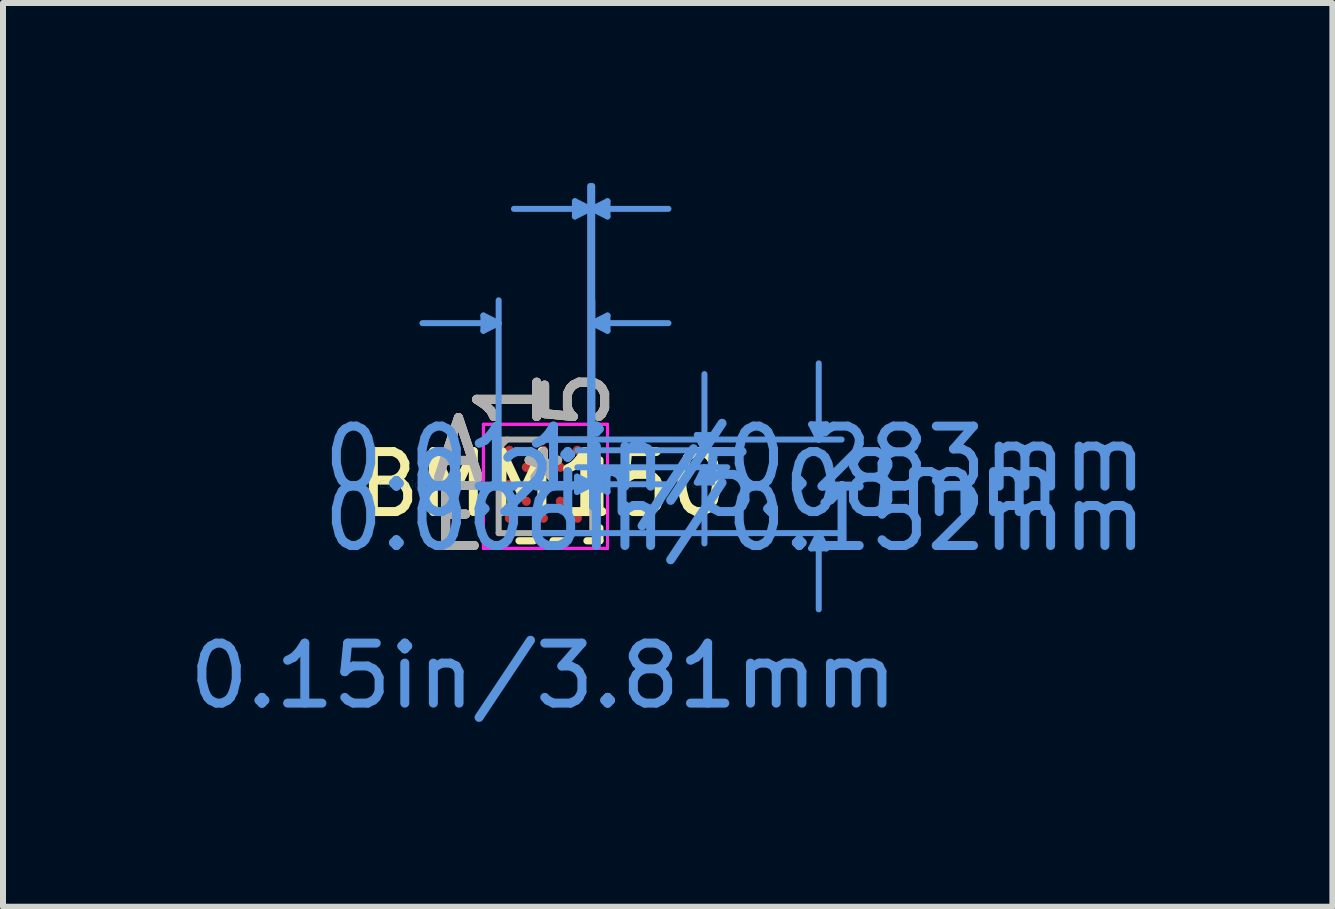
<source format=kicad_pcb>
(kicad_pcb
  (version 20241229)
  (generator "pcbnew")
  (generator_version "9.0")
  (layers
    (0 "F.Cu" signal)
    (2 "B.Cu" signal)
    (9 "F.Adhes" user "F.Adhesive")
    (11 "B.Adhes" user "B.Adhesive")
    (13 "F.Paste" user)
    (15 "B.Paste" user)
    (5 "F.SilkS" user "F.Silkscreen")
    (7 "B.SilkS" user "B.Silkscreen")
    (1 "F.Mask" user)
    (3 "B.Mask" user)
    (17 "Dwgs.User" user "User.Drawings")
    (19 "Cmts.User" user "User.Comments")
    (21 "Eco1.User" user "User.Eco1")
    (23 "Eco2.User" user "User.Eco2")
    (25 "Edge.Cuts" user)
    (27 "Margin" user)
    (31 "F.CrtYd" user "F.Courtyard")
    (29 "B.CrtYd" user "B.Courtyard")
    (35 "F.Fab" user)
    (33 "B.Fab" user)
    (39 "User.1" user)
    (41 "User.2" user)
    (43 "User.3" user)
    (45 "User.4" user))
  (footprint "BMM150"
    (layer "F.Cu")
    (at 6.006 5.021)
    (property "Reference" "BMM150" (at 0 0 0) (layer "F.SilkS") (effects (font (size 1 1) (thickness 0.15))))
    (attr through_hole)
    (fp_line (start -0.405 0.942) (end -0.161 0.942) (stroke (width 0.12) (type solid)) (layer "F.SilkS"))
    (fp_line (start 0.161 0.942) (end 0.405 0.942) (stroke (width 0.12) (type solid)) (layer "F.SilkS"))
    (fp_line (start 0.727 0.942) (end 0.942 0.942) (stroke (width 0.12) (type solid)) (layer "F.SilkS"))
    (fp_line (start 0.942 -0.161) (end 0.942 -0.405) (stroke (width 0.12) (type solid)) (layer "F.SilkS"))
    (fp_line (start 0.942 0.405) (end 0.942 0.161) (stroke (width 0.12) (type solid)) (layer "F.SilkS"))
    (fp_line (start 0.942 0.942) (end 0.942 0.727) (stroke (width 0.12) (type solid)) (layer "F.SilkS"))
    (fp_line (start -0.999 -2.812) (end -0.999 -2.558) (stroke (width 0.1) (type solid)) (layer "Cmts.User"))
    (fp_line (start -0.745 -2.685) (end -2.015 -2.685) (stroke (width 0.1) (type solid)) (layer "Cmts.User"))
    (fp_line (start -0.745 -2.685) (end -0.999 -2.812) (stroke (width 0.1) (type solid)) (layer "Cmts.User"))
    (fp_line (start -0.745 -2.685) (end -0.999 -2.558) (stroke (width 0.1) (type solid)) (layer "Cmts.User"))
    (fp_line (start -0.745 0) (end -0.745 -3.066) (stroke (width 0.1) (type solid)) (layer "Cmts.User"))
    (fp_line (start 0 -0.745) (end 4.971 -0.745) (stroke (width 0.1) (type solid)) (layer "Cmts.User"))
    (fp_line (start 0 0.815) (end 4.971 0.815) (stroke (width 0.1) (type solid)) (layer "Cmts.User"))
    (fp_line (start 0.526 -4.717) (end 0.526 -4.463) (stroke (width 0.1) (type solid)) (layer "Cmts.User"))
    (fp_line (start 0.561 -0.127) (end 0.561 0.127) (stroke (width 0.1) (type solid)) (layer "Cmts.User"))
    (fp_line (start 0.566 -0.566) (end 3.066 -0.566) (stroke (width 0.1) (type solid)) (layer "Cmts.User"))
    (fp_line (start 0.566 -0.283) (end 3.066 -0.283) (stroke (width 0.1) (type solid)) (layer "Cmts.User"))
    (fp_line (start 0.78 -4.59) (end -0.49 -4.59) (stroke (width 0.1) (type solid)) (layer "Cmts.User"))
    (fp_line (start 0.78 -4.59) (end 0.526 -4.717) (stroke (width 0.1) (type solid)) (layer "Cmts.User"))
    (fp_line (start 0.78 -4.59) (end 0.526 -4.463) (stroke (width 0.1) (type solid)) (layer "Cmts.User"))
    (fp_line (start 0.78 0) (end 0.78 -4.971) (stroke (width 0.1) (type solid)) (layer "Cmts.User"))
    (fp_line (start 0.815 -4.59) (end 1.069 -4.717) (stroke (width 0.1) (type solid)) (layer "Cmts.User"))
    (fp_line (start 0.815 -4.59) (end 1.069 -4.463) (stroke (width 0.1) (type solid)) (layer "Cmts.User"))
    (fp_line (start 0.815 -4.59) (end 2.085 -4.59) (stroke (width 0.1) (type solid)) (layer "Cmts.User"))
    (fp_line (start 0.815 -2.685) (end 1.069 -2.812) (stroke (width 0.1) (type solid)) (layer "Cmts.User"))
    (fp_line (start 0.815 -2.685) (end 1.069 -2.558) (stroke (width 0.1) (type solid)) (layer "Cmts.User"))
    (fp_line (start 0.815 -2.685) (end 2.085 -2.685) (stroke (width 0.1) (type solid)) (layer "Cmts.User"))
    (fp_line (start 0.815 -0.78) (end 0.815 0.381) (stroke (width 0.1) (type solid)) (layer "Cmts.User"))
    (fp_line (start 0.815 -0.745) (end 0.815 0.381) (stroke (width 0.1) (type solid)) (layer "Cmts.User"))
    (fp_line (start 0.815 0) (end -0.455 0) (stroke (width 0.1) (type solid)) (layer "Cmts.User"))
    (fp_line (start 0.815 0) (end 0.561 -0.127) (stroke (width 0.1) (type solid)) (layer "Cmts.User"))
    (fp_line (start 0.815 0) (end 0.561 0.127) (stroke (width 0.1) (type solid)) (layer "Cmts.User"))
    (fp_line (start 0.815 0) (end 0.815 -4.971) (stroke (width 0.1) (type solid)) (layer "Cmts.User"))
    (fp_line (start 0.815 0) (end 0.815 -3.066) (stroke (width 0.1) (type solid)) (layer "Cmts.User"))
    (fp_line (start 0.815 0) (end 1.069 -0.127) (stroke (width 0.1) (type solid)) (layer "Cmts.User"))
    (fp_line (start 0.815 0) (end 1.069 0.127) (stroke (width 0.1) (type solid)) (layer "Cmts.User"))
    (fp_line (start 0.815 0) (end 2.085 0) (stroke (width 0.1) (type solid)) (layer "Cmts.User"))
    (fp_line (start 1.069 -4.717) (end 1.069 -4.463) (stroke (width 0.1) (type solid)) (layer "Cmts.User"))
    (fp_line (start 1.069 -2.812) (end 1.069 -2.558) (stroke (width 0.1) (type solid)) (layer "Cmts.User"))
    (fp_line (start 1.069 -0.127) (end 1.069 0.127) (stroke (width 0.1) (type solid)) (layer "Cmts.User"))
    (fp_line (start 2.558 -0.82) (end 2.812 -0.82) (stroke (width 0.1) (type solid)) (layer "Cmts.User"))
    (fp_line (start 2.558 -0.029) (end 2.812 -0.029) (stroke (width 0.1) (type solid)) (layer "Cmts.User"))
    (fp_line (start 2.685 -0.566) (end 2.558 -0.82) (stroke (width 0.1) (type solid)) (layer "Cmts.User"))
    (fp_line (start 2.685 -0.566) (end 2.685 -1.836) (stroke (width 0.1) (type solid)) (layer "Cmts.User"))
    (fp_line (start 2.685 -0.566) (end 2.812 -0.82) (stroke (width 0.1) (type solid)) (layer "Cmts.User"))
    (fp_line (start 2.685 -0.283) (end 2.558 -0.029) (stroke (width 0.1) (type solid)) (layer "Cmts.User"))
    (fp_line (start 2.685 -0.283) (end 2.685 0.987) (stroke (width 0.1) (type solid)) (layer "Cmts.User"))
    (fp_line (start 2.685 -0.283) (end 2.812 -0.029) (stroke (width 0.1) (type solid)) (layer "Cmts.User"))
    (fp_line (start 4.463 -0.999) (end 4.717 -0.999) (stroke (width 0.1) (type solid)) (layer "Cmts.User"))
    (fp_line (start 4.463 1.069) (end 4.717 1.069) (stroke (width 0.1) (type solid)) (layer "Cmts.User"))
    (fp_line (start 4.59 -0.745) (end 4.463 -0.999) (stroke (width 0.1) (type solid)) (layer "Cmts.User"))
    (fp_line (start 4.59 -0.745) (end 4.59 -2.015) (stroke (width 0.1) (type solid)) (layer "Cmts.User"))
    (fp_line (start 4.59 -0.745) (end 4.717 -0.999) (stroke (width 0.1) (type solid)) (layer "Cmts.User"))
    (fp_line (start 4.59 0.815) (end 4.463 1.069) (stroke (width 0.1) (type solid)) (layer "Cmts.User"))
    (fp_line (start 4.59 0.815) (end 4.59 2.085) (stroke (width 0.1) (type solid)) (layer "Cmts.User"))
    (fp_line (start 4.59 0.815) (end 4.717 1.069) (stroke (width 0.1) (type solid)) (layer "Cmts.User"))
    (fp_line (start -0.999 -0.999) (end 1.069 -0.999) (stroke (width 0.05) (type solid)) (layer "F.CrtYd"))
    (fp_line (start -0.999 -0.999) (end 1.069 -0.999) (stroke (width 0.05) (type solid)) (layer "F.CrtYd"))
    (fp_line (start -0.999 1.069) (end -0.999 -0.999) (stroke (width 0.05) (type solid)) (layer "F.CrtYd"))
    (fp_line (start -0.999 1.069) (end -0.999 -0.999) (stroke (width 0.05) (type solid)) (layer "F.CrtYd"))
    (fp_line (start 1.069 -0.999) (end 1.069 1.069) (stroke (width 0.05) (type solid)) (layer "F.CrtYd"))
    (fp_line (start 1.069 -0.999) (end 1.069 1.069) (stroke (width 0.05) (type solid)) (layer "F.CrtYd"))
    (fp_line (start 1.069 1.069) (end -0.999 1.069) (stroke (width 0.05) (type solid)) (layer "F.CrtYd"))
    (fp_line (start 1.069 1.069) (end -0.999 1.069) (stroke (width 0.05) (type solid)) (layer "F.CrtYd"))
    (fp_line (start -0.745 -0.745) (end -0.745 0.815) (stroke (width 0.1) (type solid)) (layer "F.Fab"))
    (fp_line (start -0.745 0.815) (end 0.815 0.815) (stroke (width 0.1) (type solid)) (layer "F.Fab"))
    (fp_line (start -0.604 -0.745) (end -0.745 -0.604) (stroke (width 0.1) (type solid)) (layer "F.Fab"))
    (fp_line (start 0.815 -0.745) (end -0.745 -0.745) (stroke (width 0.1) (type solid)) (layer "F.Fab"))
    (fp_line (start 0.815 0.815) (end 0.815 -0.745) (stroke (width 0.1) (type solid)) (layer "F.Fab"))
    (fp_text user "E" (at -1.415 0.566 0) (layer "F.SilkS") (effects (font (size 1 1) (thickness 0.15))))
    (fp_text user "5" (at 0.566 -1.415 90) (layer "F.SilkS") (effects (font (size 1 1) (thickness 0.15))))
    (fp_text user "1" (at -0.566 -1.415 90) (layer "F.SilkS") (effects (font (size 1 1) (thickness 0.15))))
    (fp_text user "A" (at -1.415 -0.566 0) (layer "F.SilkS") (effects (font (size 1 1) (thickness 0.15))))
    (fp_text user "*" (at 0 0 0) (layer "F.SilkS") (effects (font (size 1 1) (thickness 0.15))))
    (fp_text user "A" (at -1.415 -0.566 0) (layer "B.SilkS") (effects (font (size 1 1) (thickness 0.15))))
    (fp_text user "1" (at -0.566 -1.415 90) (layer "B.SilkS") (effects (font (size 1 1) (thickness 0.15))))
    (fp_text user "5" (at 0.566 -1.415 90) (layer "B.SilkS") (effects (font (size 1 1) (thickness 0.15))))
    (fp_text user "E" (at -1.415 0.566 0) (layer "B.SilkS") (effects (font (size 1 1) (thickness 0.15))))
    (fp_text user "0.011in/0.283mm" (at 3.193 -0.424 0) (layer "Cmts.User") (effects (font (size 1 1) (thickness 0.15))))
    (fp_text user "0.006in/0.152mm" (at 3.193 0.566 0) (layer "Cmts.User") (effects (font (size 1 1) (thickness 0.15))))
    (fp_text user "0.15in/3.81mm" (at 0 3.193 0) (layer "Cmts.User") (effects (font (size 1 1) (thickness 0.15))))
    (fp_text user "Copyright 2021 Accelerated Designs. All rights reserved." (at 0 0 0) (layer "Cmts.User") (effects (font (size 0.127 0.127) (thickness 0.002))))
    (fp_text user "0.2in/5.08mm" (at 3.193 0 0) (layer "Cmts.User") (effects (font (size 1 1) (thickness 0.15))))
    (fp_text user "1" (at -0.566 -1.415 90) (layer "F.Fab") (effects (font (size 1 1) (thickness 0.15))))
    (fp_text user "E" (at -1.415 0.566 0) (layer "F.Fab") (effects (font (size 1 1) (thickness 0.15))))
    (fp_text user "*" (at 0 0 0) (layer "F.Fab") (effects (font (size 1 1) (thickness 0.15))))
    (fp_text user "A" (at -1.415 -0.566 0) (layer "F.Fab") (effects (font (size 1 1) (thickness 0.15))))
    (fp_text user "5" (at 0.566 -1.415 90) (layer "F.Fab") (effects (font (size 1 1) (thickness 0.15))))
    (pad "A1" smd circle (at -0.566 -0.566) (size 0.152 0.152) (layers "F.Cu" "F.Mask" "F.Paste"))
    (pad "A3" smd circle (at 0 -0.566) (size 0.152 0.152) (layers "F.Cu" "F.Mask" "F.Paste"))
    (pad "A5" smd circle (at 0.566 -0.566) (size 0.152 0.152) (layers "F.Cu" "F.Mask" "F.Paste"))
    (pad "B2" smd circle (at -0.283 -0.283) (size 0.152 0.152) (layers "F.Cu" "F.Mask" "F.Paste"))
    (pad "B4" smd circle (at 0.283 -0.283) (size 0.152 0.152) (layers "F.Cu" "F.Mask" "F.Paste"))
    (pad "C1" smd circle (at -0.566 0) (size 0.152 0.152) (layers "F.Cu" "F.Mask" "F.Paste"))
    (pad "C5" smd circle (at 0.566 0) (size 0.152 0.152) (layers "F.Cu" "F.Mask" "F.Paste"))
    (pad "D2" smd circle (at -0.283 0.283) (size 0.152 0.152) (layers "F.Cu" "F.Mask" "F.Paste"))
    (pad "D4" smd circle (at 0.283 0.283) (size 0.152 0.152) (layers "F.Cu" "F.Mask" "F.Paste"))
    (pad "E1" smd circle (at -0.566 0.566) (size 0.152 0.152) (layers "F.Cu" "F.Mask" "F.Paste"))
    (pad "E3" smd circle (at 0 0.566) (size 0.152 0.152) (layers "F.Cu" "F.Mask" "F.Paste"))
    (pad "E5" smd circle (at 0.566 0.566) (size 0.152 0.152) (layers "F.Cu" "F.Mask" "F.Paste")))
  (gr_rect
    (start -3 -3)
    (end 19.157 12.062)
    (stroke (width 0.1) (type default))
    (fill no)
    (layer "Edge.Cuts")))
</source>
